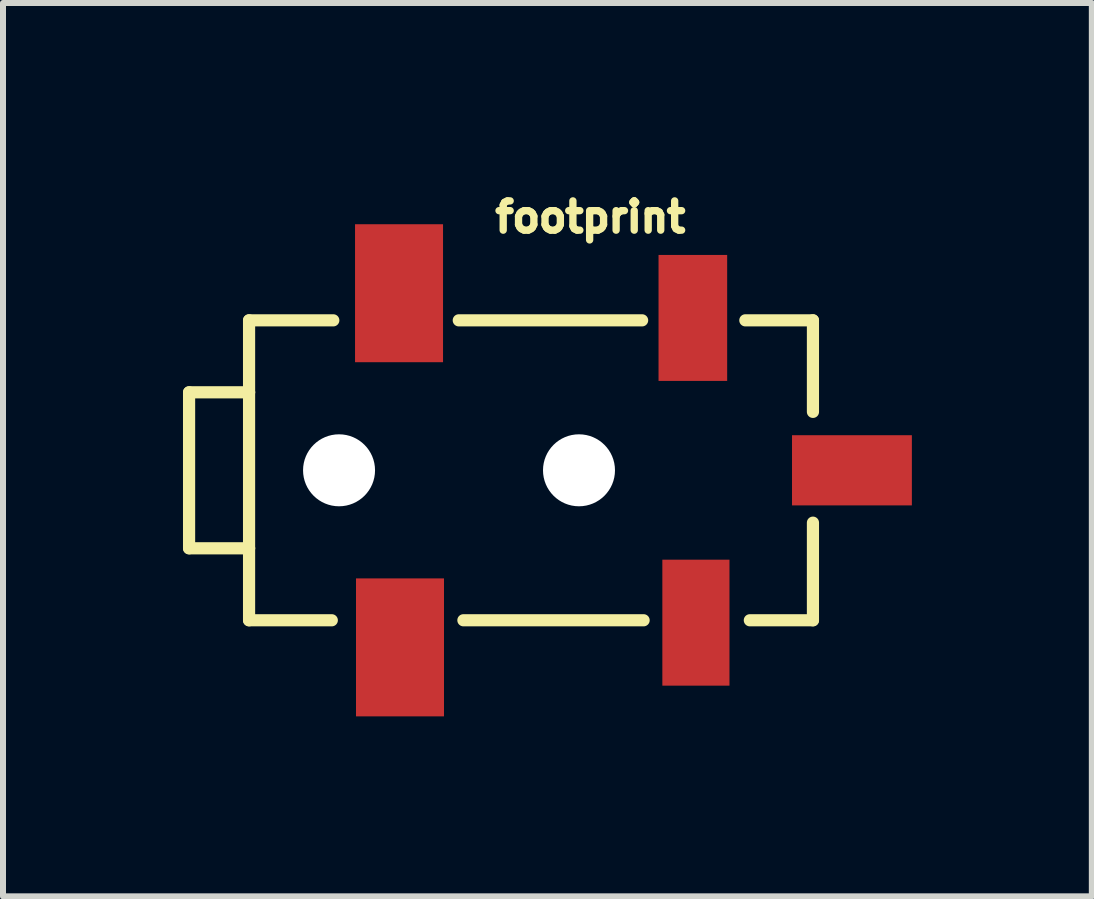
<source format=kicad_pcb>
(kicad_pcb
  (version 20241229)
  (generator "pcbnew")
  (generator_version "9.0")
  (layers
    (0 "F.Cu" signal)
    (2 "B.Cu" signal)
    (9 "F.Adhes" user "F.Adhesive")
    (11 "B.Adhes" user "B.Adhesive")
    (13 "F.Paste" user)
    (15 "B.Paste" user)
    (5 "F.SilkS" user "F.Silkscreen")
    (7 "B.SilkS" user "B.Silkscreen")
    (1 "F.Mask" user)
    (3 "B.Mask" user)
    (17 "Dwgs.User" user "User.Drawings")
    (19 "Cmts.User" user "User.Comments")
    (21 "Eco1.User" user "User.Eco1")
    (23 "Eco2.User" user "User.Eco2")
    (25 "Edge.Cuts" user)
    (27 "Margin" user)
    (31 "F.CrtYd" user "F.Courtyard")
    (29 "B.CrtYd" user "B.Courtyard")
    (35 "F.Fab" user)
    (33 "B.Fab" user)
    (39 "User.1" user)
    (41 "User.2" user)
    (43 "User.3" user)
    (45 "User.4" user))
  (footprint "footprint"
    (layer "F.Cu")
    (at 2.602 4.79)
    (property "Reference" "footprint" (at 2.54 -3.937 0) (layer "F.SilkS") (effects (font (size 0.488 0.488) (thickness 0.122)) (justify left bottom)))
    (fp_line (start -2.5 -1.3) (end -2.5 1.3) (stroke (width 0.203) (type solid)) (layer "F.SilkS"))
    (fp_line (start -2.5 -1.3) (end -1.5 -1.3) (stroke (width 0.203) (type solid)) (layer "F.SilkS"))
    (fp_line (start -2.5 1.3) (end -1.5 1.3) (stroke (width 0.203) (type solid)) (layer "F.SilkS"))
    (fp_line (start -1.5 -2.5) (end -0.096 -2.5) (stroke (width 0.203) (type solid)) (layer "F.SilkS"))
    (fp_line (start -1.5 -1.3) (end -1.5 -2.5) (stroke (width 0.203) (type solid)) (layer "F.SilkS"))
    (fp_line (start -1.5 -1.3) (end -1.5 1.3) (stroke (width 0.203) (type solid)) (layer "F.SilkS"))
    (fp_line (start -1.5 1.3) (end -1.5 2.5) (stroke (width 0.203) (type solid)) (layer "F.SilkS"))
    (fp_line (start -1.5 2.5) (end -0.121 2.5) (stroke (width 0.203) (type solid)) (layer "F.SilkS"))
    (fp_line (start 1.996 -2.5) (end 5.052 -2.5) (stroke (width 0.203) (type solid)) (layer "F.SilkS"))
    (fp_line (start 2.073 2.5) (end 5.077 2.5) (stroke (width 0.203) (type solid)) (layer "F.SilkS"))
    (fp_line (start 6.773 -2.5) (end 7.9 -2.5) (stroke (width 0.203) (type solid)) (layer "F.SilkS"))
    (fp_line (start 6.848 2.5) (end 7.9 2.5) (stroke (width 0.203) (type solid)) (layer "F.SilkS"))
    (fp_line (start 7.9 -2.5) (end 7.9 -0.974) (stroke (width 0.203) (type solid)) (layer "F.SilkS"))
    (fp_line (start 7.9 2.5) (end 7.9 0.873) (stroke (width 0.203) (type solid)) (layer "F.SilkS"))
    (pad "" np_thru_hole circle (at 0 0) (size 1.2 1.2) (drill 1.2) (layers "*.Cu" "*.Mask"))
    (pad "" np_thru_hole circle (at 4 0) (size 1.2 1.2) (drill 1.2) (layers "*.Cu" "*.Mask"))
    (pad "1" smd rect (at 5.898 -2.54 90) (size 2.1 1.144) (layers "F.Cu" "F.Mask" "F.Paste"))
    (pad "3" smd rect (at 8.55 0 180) (size 1.998 1.17) (layers "F.Cu" "F.Mask" "F.Paste"))
    (pad "4" smd rect (at 5.949 2.54 90) (size 2.1 1.119) (layers "F.Cu" "F.Mask" "F.Paste"))
    (pad "5" smd rect (at 1 -2.952) (size 1.467 2.3) (layers "F.Cu" "F.Mask" "F.Paste"))
    (pad "A" smd rect (at 1.016 2.952) (size 1.467 2.3) (layers "F.Cu" "F.Mask" "F.Paste")))
  (gr_rect
    (start -3 -3)
    (end 15.151 11.892)
    (stroke (width 0.1) (type default))
    (fill no)
    (layer "Edge.Cuts")))
</source>
